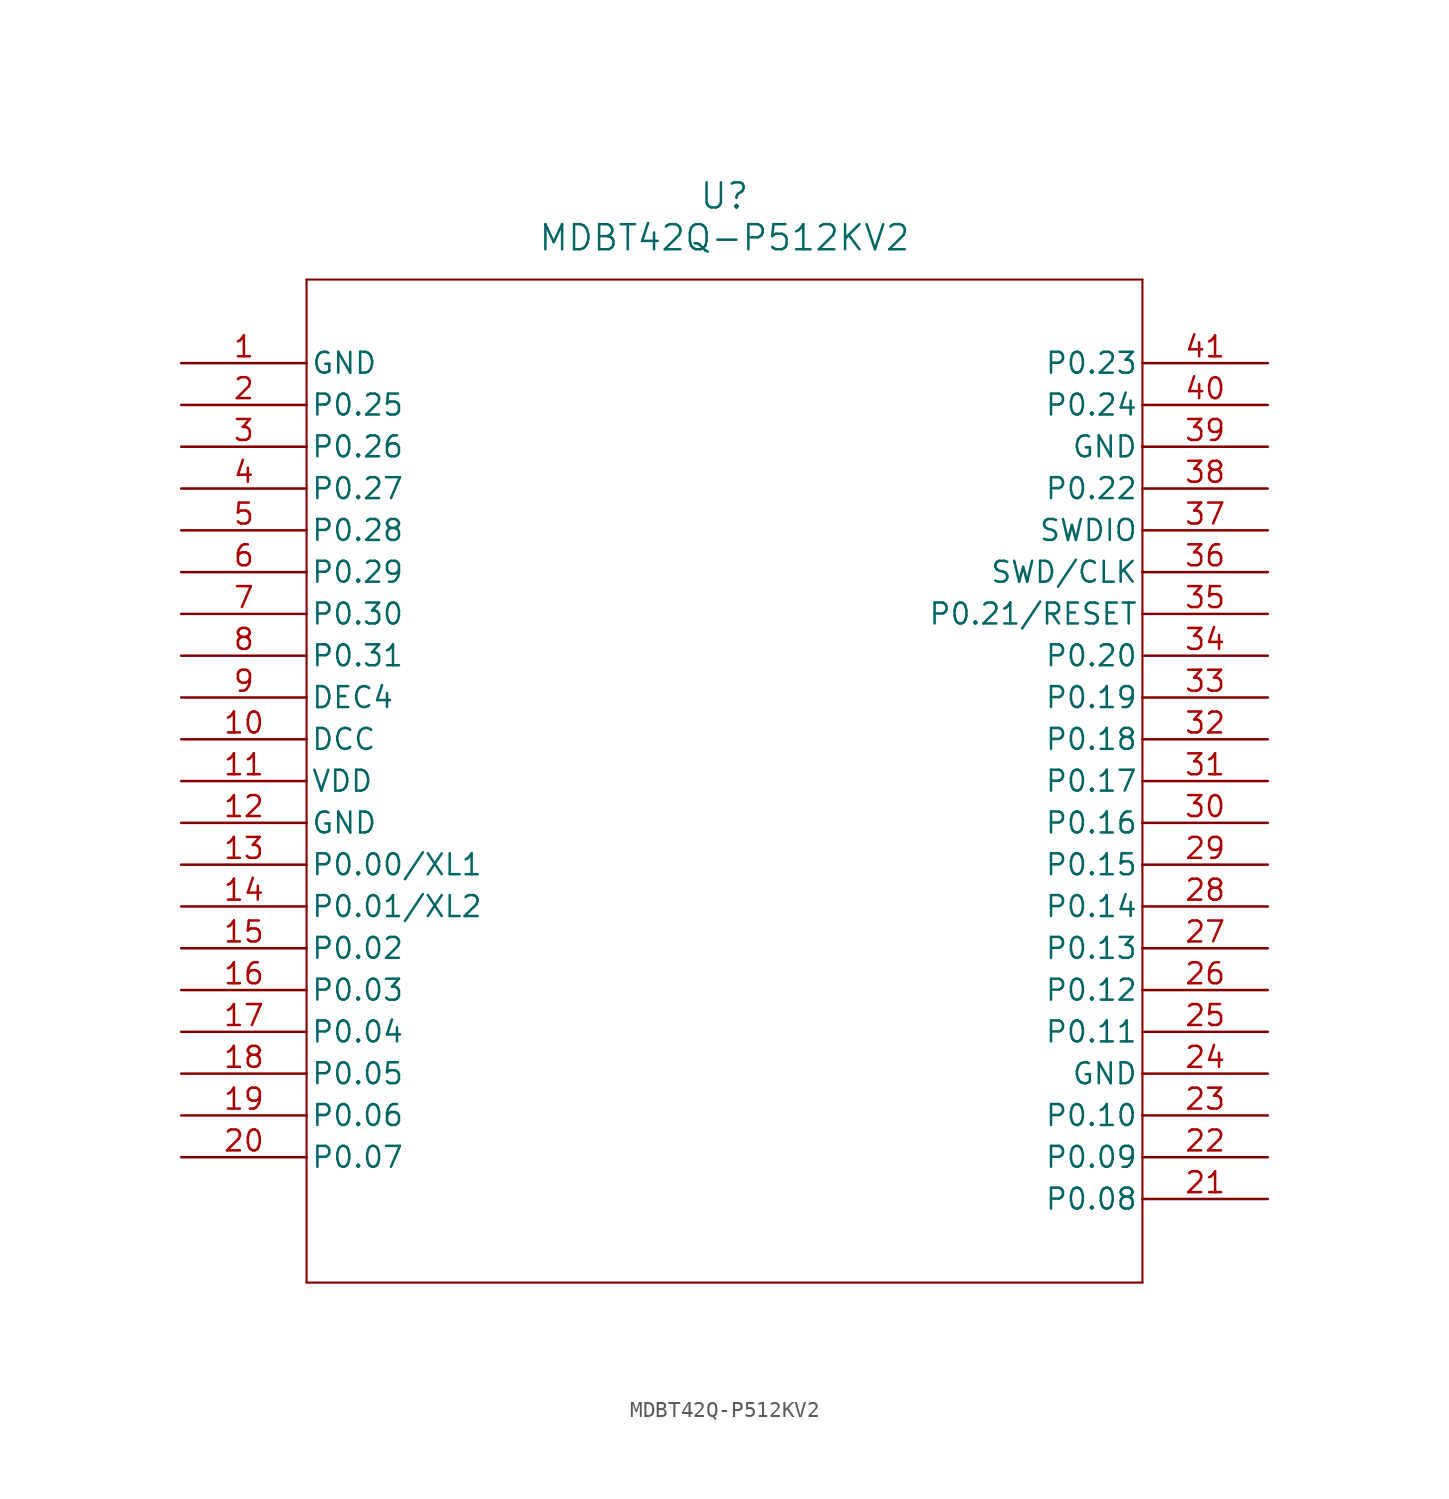
<source format=kicad_sym>
(kicad_symbol_lib
  (version 20211014)
  (generator kicad_symbol_editor)
  (symbol "MDBT42Q-P512KV2"
    (pin_names
      (offset 0.254))
    (property "Reference" "U"
      (at 33.02 10.16 0)
      (effects (font (size 1.524 1.524))))
    (property "Value" "MDBT42Q-P512KV2"
      (at 33.02 7.62 0)
      (effects (font (size 1.524 1.524))))
    (symbol "MDBT42Q-P512KV2_0_1"
      (polyline (pts (xy 7.62 5.08) (xy 7.62 -55.88)) (stroke (width 0.127) (type default) (color 0 0 0 0)) (fill (type none)))
      (polyline (pts (xy 7.62 -55.88) (xy 58.42 -55.88)) (stroke (width 0.127) (type default) (color 0 0 0 0)) (fill (type none)))
      (polyline (pts (xy 58.42 -55.88) (xy 58.42 5.08)) (stroke (width 0.127) (type default) (color 0 0 0 0)) (fill (type none)))
      (polyline (pts (xy 58.42 5.08) (xy 7.62 5.08)) (stroke (width 0.127) (type default) (color 0 0 0 0)) (fill (type none)))
      (pin power_out line (at 0 0 0) (length 7.62) (name "GND" (effects (font (size 1.27 1.27)))) (number "1" (effects (font (size 1.27 1.27)))))
      (pin bidirectional line (at 0 -2.54 0) (length 7.62) (name "P0.25" (effects (font (size 1.27 1.27)))) (number "2" (effects (font (size 1.27 1.27)))))
      (pin bidirectional line (at 0 -5.08 0) (length 7.62) (name "P0.26" (effects (font (size 1.27 1.27)))) (number "3" (effects (font (size 1.27 1.27)))))
      (pin bidirectional line (at 0 -7.62 0) (length 7.62) (name "P0.27" (effects (font (size 1.27 1.27)))) (number "4" (effects (font (size 1.27 1.27)))))
      (pin bidirectional line (at 0 -10.16 0) (length 7.62) (name "P0.28" (effects (font (size 1.27 1.27)))) (number "5" (effects (font (size 1.27 1.27)))))
      (pin bidirectional line (at 0 -12.7 0) (length 7.62) (name "P0.29" (effects (font (size 1.27 1.27)))) (number "6" (effects (font (size 1.27 1.27)))))
      (pin bidirectional line (at 0 -15.24 0) (length 7.62) (name "P0.30" (effects (font (size 1.27 1.27)))) (number "7" (effects (font (size 1.27 1.27)))))
      (pin bidirectional line (at 0 -17.78 0) (length 7.62) (name "P0.31" (effects (font (size 1.27 1.27)))) (number "8" (effects (font (size 1.27 1.27)))))
      (pin power_in line (at 0 -20.32 0) (length 7.62) (name "DEC4" (effects (font (size 1.27 1.27)))) (number "9" (effects (font (size 1.27 1.27)))))
      (pin power_in line (at 0 -22.86 0) (length 7.62) (name "DCC" (effects (font (size 1.27 1.27)))) (number "10" (effects (font (size 1.27 1.27)))))
      (pin power_in line (at 0 -25.4 0) (length 7.62) (name "VDD" (effects (font (size 1.27 1.27)))) (number "11" (effects (font (size 1.27 1.27)))))
      (pin power_out line (at 0 -27.94 0) (length 7.62) (name "GND" (effects (font (size 1.27 1.27)))) (number "12" (effects (font (size 1.27 1.27)))))
      (pin bidirectional line (at 0 -30.48 0) (length 7.62) (name "P0.00/XL1" (effects (font (size 1.27 1.27)))) (number "13" (effects (font (size 1.27 1.27)))))
      (pin bidirectional line (at 0 -33.02 0) (length 7.62) (name "P0.01/XL2" (effects (font (size 1.27 1.27)))) (number "14" (effects (font (size 1.27 1.27)))))
      (pin bidirectional line (at 0 -35.56 0) (length 7.62) (name "P0.02" (effects (font (size 1.27 1.27)))) (number "15" (effects (font (size 1.27 1.27)))))
      (pin bidirectional line (at 0 -38.1 0) (length 7.62) (name "P0.03" (effects (font (size 1.27 1.27)))) (number "16" (effects (font (size 1.27 1.27)))))
      (pin bidirectional line (at 0 -40.64 0) (length 7.62) (name "P0.04" (effects (font (size 1.27 1.27)))) (number "17" (effects (font (size 1.27 1.27)))))
      (pin bidirectional line (at 0 -43.18 0) (length 7.62) (name "P0.05" (effects (font (size 1.27 1.27)))) (number "18" (effects (font (size 1.27 1.27)))))
      (pin bidirectional line (at 0 -45.72 0) (length 7.62) (name "P0.06" (effects (font (size 1.27 1.27)))) (number "19" (effects (font (size 1.27 1.27)))))
      (pin bidirectional line (at 0 -48.26 0) (length 7.62) (name "P0.07" (effects (font (size 1.27 1.27)))) (number "20" (effects (font (size 1.27 1.27)))))
      (pin bidirectional line (at 66.04 -50.8 180) (length 7.62) (name "P0.08" (effects (font (size 1.27 1.27)))) (number "21" (effects (font (size 1.27 1.27)))))
      (pin bidirectional line (at 66.04 -48.26 180) (length 7.62) (name "P0.09" (effects (font (size 1.27 1.27)))) (number "22" (effects (font (size 1.27 1.27)))))
      (pin bidirectional line (at 66.04 -45.72 180) (length 7.62) (name "P0.10" (effects (font (size 1.27 1.27)))) (number "23" (effects (font (size 1.27 1.27)))))
      (pin power_out line (at 66.04 -43.18 180) (length 7.62) (name "GND" (effects (font (size 1.27 1.27)))) (number "24" (effects (font (size 1.27 1.27)))))
      (pin bidirectional line (at 66.04 -40.64 180) (length 7.62) (name "P0.11" (effects (font (size 1.27 1.27)))) (number "25" (effects (font (size 1.27 1.27)))))
      (pin bidirectional line (at 66.04 -38.1 180) (length 7.62) (name "P0.12" (effects (font (size 1.27 1.27)))) (number "26" (effects (font (size 1.27 1.27)))))
      (pin bidirectional line (at 66.04 -35.56 180) (length 7.62) (name "P0.13" (effects (font (size 1.27 1.27)))) (number "27" (effects (font (size 1.27 1.27)))))
      (pin bidirectional line (at 66.04 -33.02 180) (length 7.62) (name "P0.14" (effects (font (size 1.27 1.27)))) (number "28" (effects (font (size 1.27 1.27)))))
      (pin bidirectional line (at 66.04 -30.48 180) (length 7.62) (name "P0.15" (effects (font (size 1.27 1.27)))) (number "29" (effects (font (size 1.27 1.27)))))
      (pin bidirectional line (at 66.04 -27.94 180) (length 7.62) (name "P0.16" (effects (font (size 1.27 1.27)))) (number "30" (effects (font (size 1.27 1.27)))))
      (pin bidirectional line (at 66.04 -25.4 180) (length 7.62) (name "P0.17" (effects (font (size 1.27 1.27)))) (number "31" (effects (font (size 1.27 1.27)))))
      (pin bidirectional line (at 66.04 -22.86 180) (length 7.62) (name "P0.18" (effects (font (size 1.27 1.27)))) (number "32" (effects (font (size 1.27 1.27)))))
      (pin bidirectional line (at 66.04 -20.32 180) (length 7.62) (name "P0.19" (effects (font (size 1.27 1.27)))) (number "33" (effects (font (size 1.27 1.27)))))
      (pin bidirectional line (at 66.04 -17.78 180) (length 7.62) (name "P0.20" (effects (font (size 1.27 1.27)))) (number "34" (effects (font (size 1.27 1.27)))))
      (pin bidirectional line (at 66.04 -15.24 180) (length 7.62) (name "P0.21/RESET" (effects (font (size 1.27 1.27)))) (number "35" (effects (font (size 1.27 1.27)))))
      (pin input line (at 66.04 -12.7 180) (length 7.62) (name "SWD/CLK" (effects (font (size 1.27 1.27)))) (number "36" (effects (font (size 1.27 1.27)))))
      (pin bidirectional line (at 66.04 -10.16 180) (length 7.62) (name "SWDIO" (effects (font (size 1.27 1.27)))) (number "37" (effects (font (size 1.27 1.27)))))
      (pin bidirectional line (at 66.04 -7.62 180) (length 7.62) (name "P0.22" (effects (font (size 1.27 1.27)))) (number "38" (effects (font (size 1.27 1.27)))))
      (pin power_out line (at 66.04 -5.08 180) (length 7.62) (name "GND" (effects (font (size 1.27 1.27)))) (number "39" (effects (font (size 1.27 1.27)))))
      (pin bidirectional line (at 66.04 -2.54 180) (length 7.62) (name "P0.24" (effects (font (size 1.27 1.27)))) (number "40" (effects (font (size 1.27 1.27)))))
      (pin bidirectional line (at 66.04 0 180) (length 7.62) (name "P0.23" (effects (font (size 1.27 1.27)))) (number "41" (effects (font (size 1.27 1.27))))))))
</source>
